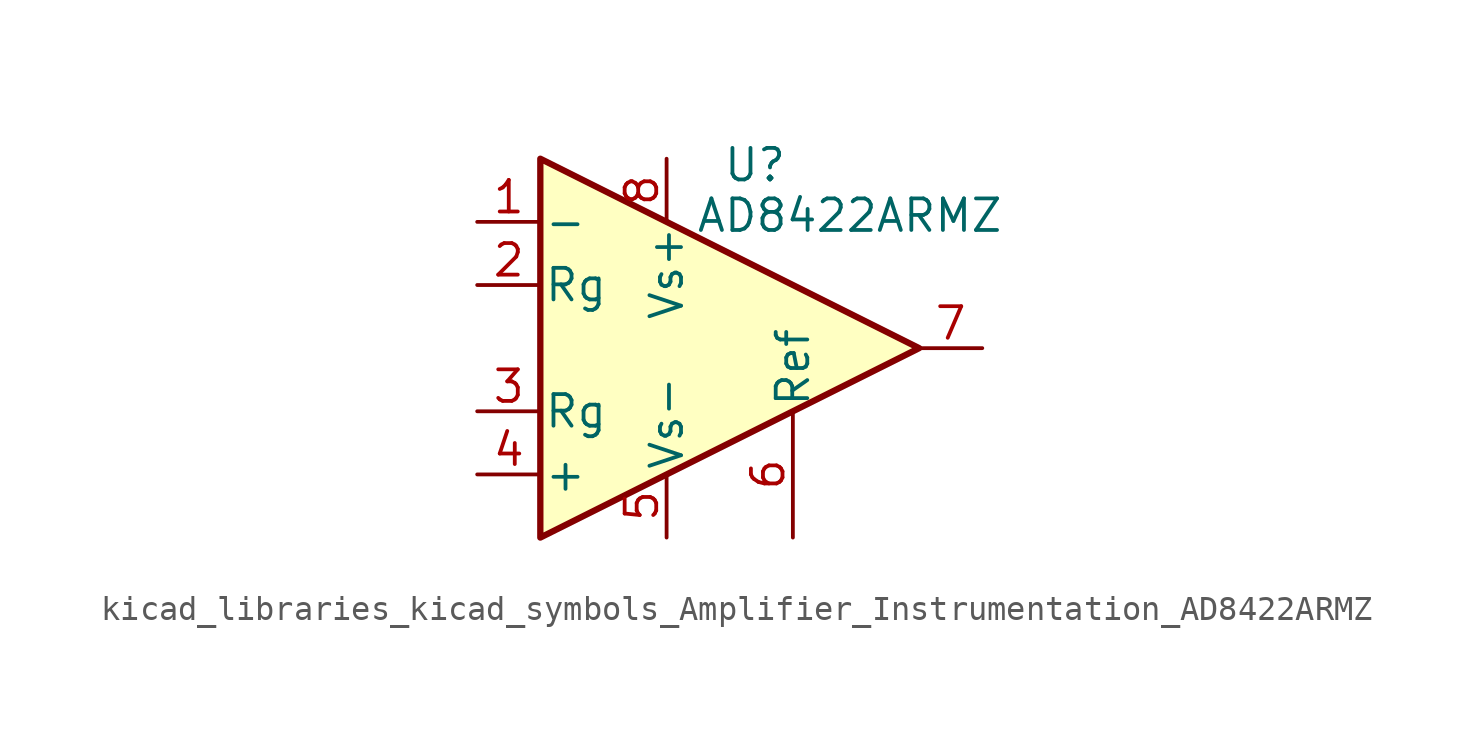
<source format=kicad_sym>
(kicad_symbol_lib
  (version 20220914)
  (generator kicad_symbol_editor)
  (symbol "kicad_libraries_kicad_symbols_Amplifier_Instrumentation_AD8422ARMZ"
    (pin_names
      (offset 0.127))
    (property "Reference" "U"
      (at 3.556 7.366 0)
      (effects (font (size 1.27 1.27))))
    (property "Value" "AD8422ARMZ"
      (at 7.366 5.334 0)
      (effects (font (size 1.27 1.27))))
    (symbol "kicad_libraries_kicad_symbols_Amplifier_Instrumentation_AD8422ARMZ_0_1"
      (polyline (pts (xy -5.08 7.62) (xy -5.08 -7.62) (xy 10.16 0) (xy -5.08 7.62)) (stroke (width 0.254) (type default)) (fill (type background))))
    (symbol "kicad_libraries_kicad_symbols_Amplifier_Instrumentation_AD8422ARMZ_1_1"
      (pin input line (at -7.62 5.08 0) (length 2.54) (name "-" (effects (font (size 1.27 1.27)))) (number "1" (effects (font (size 1.27 1.27)))))
      (pin passive line (at -7.62 2.54 0) (length 2.54) (name "Rg" (effects (font (size 1.27 1.27)))) (number "2" (effects (font (size 1.27 1.27)))))
      (pin passive line (at -7.62 -2.54 0) (length 2.54) (name "Rg" (effects (font (size 1.27 1.27)))) (number "3" (effects (font (size 1.27 1.27)))))
      (pin input line (at -7.62 -5.08 0) (length 2.54) (name "+" (effects (font (size 1.27 1.27)))) (number "4" (effects (font (size 1.27 1.27)))))
      (pin power_in line (at 0 -7.62 90) (length 2.54) (name "Vs-" (effects (font (size 1.27 1.27)))) (number "5" (effects (font (size 1.27 1.27)))))
      (pin passive line (at 5.08 -7.62 90) (length 5.08) (name "Ref" (effects (font (size 1.27 1.27)))) (number "6" (effects (font (size 1.27 1.27)))))
      (pin output line (at 12.7 0 180) (length 2.54) (name "~" (effects (font (size 1.27 1.27)))) (number "7" (effects (font (size 1.27 1.27)))))
      (pin power_in line (at 0 7.62 270) (length 2.54) (name "Vs+" (effects (font (size 1.27 1.27)))) (number "8" (effects (font (size 1.27 1.27))))))))
</source>
